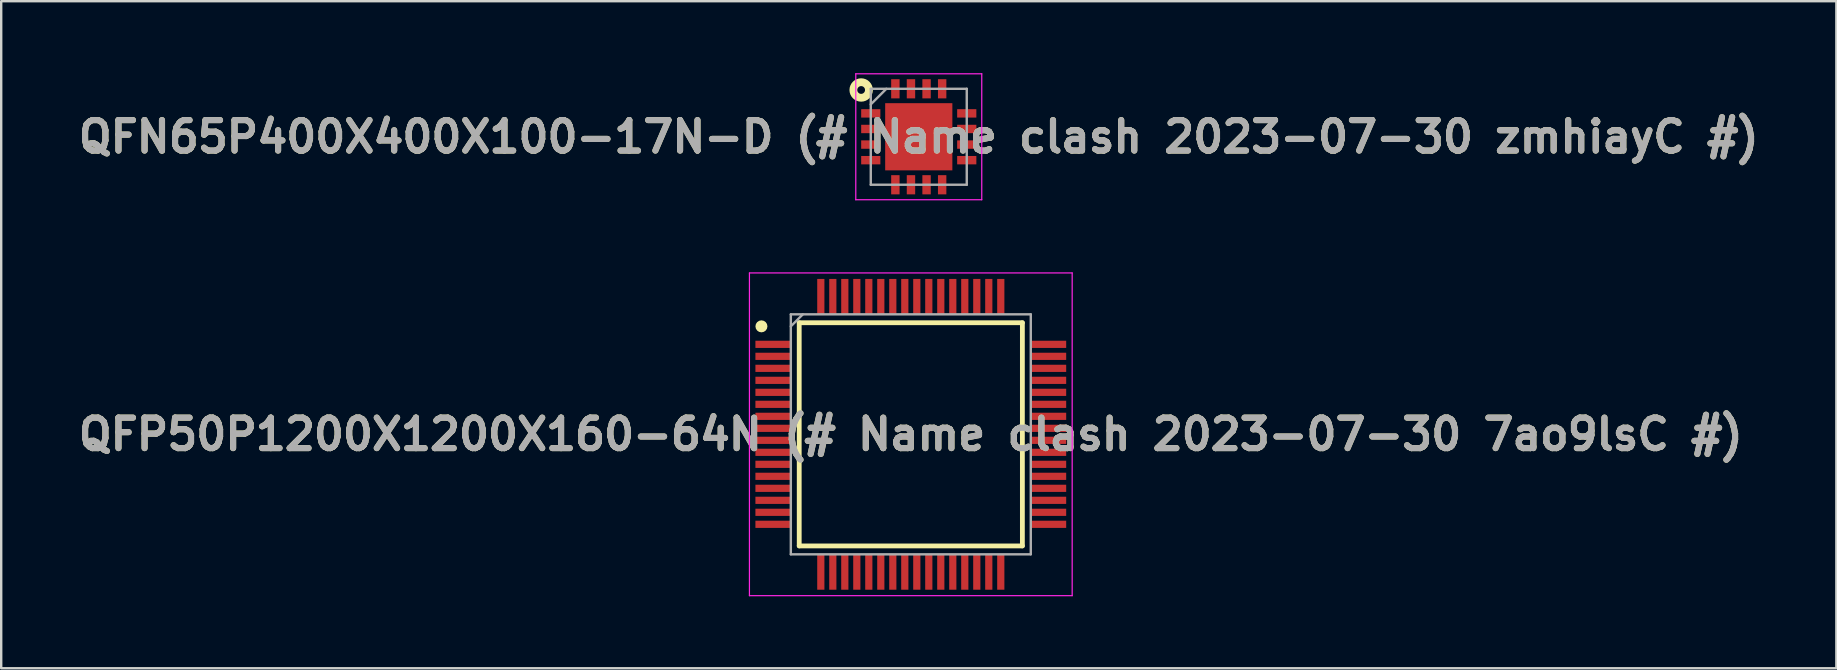
<source format=kicad_pcb>
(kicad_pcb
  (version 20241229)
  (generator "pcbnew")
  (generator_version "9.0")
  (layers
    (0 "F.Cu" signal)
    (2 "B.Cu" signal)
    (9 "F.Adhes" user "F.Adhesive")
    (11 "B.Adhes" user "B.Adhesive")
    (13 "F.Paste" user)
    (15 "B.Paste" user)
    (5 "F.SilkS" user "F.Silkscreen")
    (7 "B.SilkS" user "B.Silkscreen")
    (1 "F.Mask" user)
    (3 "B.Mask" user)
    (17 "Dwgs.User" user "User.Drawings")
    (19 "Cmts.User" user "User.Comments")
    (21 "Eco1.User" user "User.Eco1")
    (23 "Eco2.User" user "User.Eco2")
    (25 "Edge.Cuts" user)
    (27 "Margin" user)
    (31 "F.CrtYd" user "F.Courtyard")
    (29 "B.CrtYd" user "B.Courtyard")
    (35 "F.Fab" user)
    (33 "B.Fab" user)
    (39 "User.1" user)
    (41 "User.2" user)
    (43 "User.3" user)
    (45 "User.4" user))
  (footprint "QFN65P400X400X100-17N-D (# Name clash 2023-07-30 zmhiayC #)"
    (layer "F.Cu")
    (at 35.239 2.65)
    (property "Reference" "QFN65P400X400X100-17N-D (# Name clash 2023-07-30 zmhiayC #)" (at 0 0 0) (layer "F.SilkS") (effects (font (size 1.27 1.27) (thickness 0.254))))
    (attr smd)
    (fp_circle (center -2.401 -1.95) (end -2.401 -1.788) (stroke (width 0.325) (type solid)) (fill no) (layer "F.SilkS"))
    (fp_line (start -2.625 -2.625) (end 2.625 -2.625) (stroke (width 0.05) (type solid)) (layer "F.CrtYd"))
    (fp_line (start -2.625 2.625) (end -2.625 -2.625) (stroke (width 0.05) (type solid)) (layer "F.CrtYd"))
    (fp_line (start 2.625 -2.625) (end 2.625 2.625) (stroke (width 0.05) (type solid)) (layer "F.CrtYd"))
    (fp_line (start 2.625 2.625) (end -2.625 2.625) (stroke (width 0.05) (type solid)) (layer "F.CrtYd"))
    (fp_line (start -2 -2) (end 2 -2) (stroke (width 0.1) (type solid)) (layer "F.Fab"))
    (fp_line (start -2 -1.35) (end -1.35 -2) (stroke (width 0.1) (type solid)) (layer "F.Fab"))
    (fp_line (start -2 2) (end -2 -2) (stroke (width 0.1) (type solid)) (layer "F.Fab"))
    (fp_line (start 2 -2) (end 2 2) (stroke (width 0.1) (type solid)) (layer "F.Fab"))
    (fp_line (start 2 2) (end -2 2) (stroke (width 0.1) (type solid)) (layer "F.Fab"))
    (fp_text user "${REFERENCE}" (at 0 0 0) (layer "F.Fab") (effects (font (size 1.27 1.27) (thickness 0.254))))
    (pad "1" smd rect (at -2 -0.975 90) (size 0.35 0.8) (layers "F.Cu" "F.Mask" "F.Paste"))
    (pad "2" smd rect (at -2 -0.325 90) (size 0.35 0.8) (layers "F.Cu" "F.Mask" "F.Paste"))
    (pad "3" smd rect (at -2 0.325 90) (size 0.35 0.8) (layers "F.Cu" "F.Mask" "F.Paste"))
    (pad "4" smd rect (at -2 0.975 90) (size 0.35 0.8) (layers "F.Cu" "F.Mask" "F.Paste"))
    (pad "5" smd rect (at -0.975 2) (size 0.35 0.8) (layers "F.Cu" "F.Mask" "F.Paste"))
    (pad "6" smd rect (at -0.325 2) (size 0.35 0.8) (layers "F.Cu" "F.Mask" "F.Paste"))
    (pad "7" smd rect (at 0.325 2) (size 0.35 0.8) (layers "F.Cu" "F.Mask" "F.Paste"))
    (pad "8" smd rect (at 0.975 2) (size 0.35 0.8) (layers "F.Cu" "F.Mask" "F.Paste"))
    (pad "9" smd rect (at 2 0.975 90) (size 0.35 0.8) (layers "F.Cu" "F.Mask" "F.Paste"))
    (pad "10" smd rect (at 2 0.325 90) (size 0.35 0.8) (layers "F.Cu" "F.Mask" "F.Paste"))
    (pad "11" smd rect (at 2 -0.325 90) (size 0.35 0.8) (layers "F.Cu" "F.Mask" "F.Paste"))
    (pad "12" smd rect (at 2 -0.975 90) (size 0.35 0.8) (layers "F.Cu" "F.Mask" "F.Paste"))
    (pad "13" smd rect (at 0.975 -2) (size 0.35 0.8) (layers "F.Cu" "F.Mask" "F.Paste"))
    (pad "14" smd rect (at 0.325 -2) (size 0.35 0.8) (layers "F.Cu" "F.Mask" "F.Paste"))
    (pad "15" smd rect (at -0.325 -2) (size 0.35 0.8) (layers "F.Cu" "F.Mask" "F.Paste"))
    (pad "16" smd rect (at -0.975 -2) (size 0.35 0.8) (layers "F.Cu" "F.Mask" "F.Paste"))
    (pad "17" smd rect (at 0 0) (size 2.8 2.8) (layers "F.Cu" "F.Mask" "F.Paste")))
  (footprint "QFP50P1200X1200X160-64N (# Name clash 2023-07-30 7ao9lsC #)"
    (layer "F.Cu")
    (at 34.907 15.05)
    (property "Reference" "QFP50P1200X1200X160-64N (# Name clash 2023-07-30 7ao9lsC #)" (at 0 0 0) (layer "F.SilkS") (effects (font (size 1.27 1.27) (thickness 0.254))))
    (attr smd)
    (fp_line (start -4.65 -4.65) (end 4.65 -4.65) (stroke (width 0.2) (type solid)) (layer "F.SilkS"))
    (fp_line (start -4.65 4.65) (end -4.65 -4.65) (stroke (width 0.2) (type solid)) (layer "F.SilkS"))
    (fp_line (start 4.65 -4.65) (end 4.65 4.65) (stroke (width 0.2) (type solid)) (layer "F.SilkS"))
    (fp_line (start 4.65 4.65) (end -4.65 4.65) (stroke (width 0.2) (type solid)) (layer "F.SilkS"))
    (fp_circle (center -6.225 -4.5) (end -6.225 -4.375) (stroke (width 0.25) (type solid)) (fill no) (layer "F.SilkS"))
    (fp_line (start -6.725 -6.725) (end 6.725 -6.725) (stroke (width 0.05) (type solid)) (layer "F.CrtYd"))
    (fp_line (start -6.725 6.725) (end -6.725 -6.725) (stroke (width 0.05) (type solid)) (layer "F.CrtYd"))
    (fp_line (start 6.725 -6.725) (end 6.725 6.725) (stroke (width 0.05) (type solid)) (layer "F.CrtYd"))
    (fp_line (start 6.725 6.725) (end -6.725 6.725) (stroke (width 0.05) (type solid)) (layer "F.CrtYd"))
    (fp_line (start -5 -5) (end 5 -5) (stroke (width 0.1) (type solid)) (layer "F.Fab"))
    (fp_line (start -5 -4.5) (end -4.5 -5) (stroke (width 0.1) (type solid)) (layer "F.Fab"))
    (fp_line (start -5 5) (end -5 -5) (stroke (width 0.1) (type solid)) (layer "F.Fab"))
    (fp_line (start 5 -5) (end 5 5) (stroke (width 0.1) (type solid)) (layer "F.Fab"))
    (fp_line (start 5 5) (end -5 5) (stroke (width 0.1) (type solid)) (layer "F.Fab"))
    (fp_text user "${REFERENCE}" (at 0 0 0) (layer "F.Fab") (effects (font (size 1.27 1.27) (thickness 0.254))))
    (pad "1" smd rect (at -5.738 -3.75 90) (size 0.3 1.475) (layers "F.Cu" "F.Mask" "F.Paste"))
    (pad "2" smd rect (at -5.738 -3.25 90) (size 0.3 1.475) (layers "F.Cu" "F.Mask" "F.Paste"))
    (pad "3" smd rect (at -5.738 -2.75 90) (size 0.3 1.475) (layers "F.Cu" "F.Mask" "F.Paste"))
    (pad "4" smd rect (at -5.738 -2.25 90) (size 0.3 1.475) (layers "F.Cu" "F.Mask" "F.Paste"))
    (pad "5" smd rect (at -5.738 -1.75 90) (size 0.3 1.475) (layers "F.Cu" "F.Mask" "F.Paste"))
    (pad "6" smd rect (at -5.738 -1.25 90) (size 0.3 1.475) (layers "F.Cu" "F.Mask" "F.Paste"))
    (pad "7" smd rect (at -5.738 -0.75 90) (size 0.3 1.475) (layers "F.Cu" "F.Mask" "F.Paste"))
    (pad "8" smd rect (at -5.738 -0.25 90) (size 0.3 1.475) (layers "F.Cu" "F.Mask" "F.Paste"))
    (pad "9" smd rect (at -5.738 0.25 90) (size 0.3 1.475) (layers "F.Cu" "F.Mask" "F.Paste"))
    (pad "10" smd rect (at -5.738 0.75 90) (size 0.3 1.475) (layers "F.Cu" "F.Mask" "F.Paste"))
    (pad "11" smd rect (at -5.738 1.25 90) (size 0.3 1.475) (layers "F.Cu" "F.Mask" "F.Paste"))
    (pad "12" smd rect (at -5.738 1.75 90) (size 0.3 1.475) (layers "F.Cu" "F.Mask" "F.Paste"))
    (pad "13" smd rect (at -5.738 2.25 90) (size 0.3 1.475) (layers "F.Cu" "F.Mask" "F.Paste"))
    (pad "14" smd rect (at -5.738 2.75 90) (size 0.3 1.475) (layers "F.Cu" "F.Mask" "F.Paste"))
    (pad "15" smd rect (at -5.738 3.25 90) (size 0.3 1.475) (layers "F.Cu" "F.Mask" "F.Paste"))
    (pad "16" smd rect (at -5.738 3.75 90) (size 0.3 1.475) (layers "F.Cu" "F.Mask" "F.Paste"))
    (pad "17" smd rect (at -3.75 5.738) (size 0.3 1.475) (layers "F.Cu" "F.Mask" "F.Paste"))
    (pad "18" smd rect (at -3.25 5.738) (size 0.3 1.475) (layers "F.Cu" "F.Mask" "F.Paste"))
    (pad "19" smd rect (at -2.75 5.738) (size 0.3 1.475) (layers "F.Cu" "F.Mask" "F.Paste"))
    (pad "20" smd rect (at -2.25 5.738) (size 0.3 1.475) (layers "F.Cu" "F.Mask" "F.Paste"))
    (pad "21" smd rect (at -1.75 5.738) (size 0.3 1.475) (layers "F.Cu" "F.Mask" "F.Paste"))
    (pad "22" smd rect (at -1.25 5.738) (size 0.3 1.475) (layers "F.Cu" "F.Mask" "F.Paste"))
    (pad "23" smd rect (at -0.75 5.738) (size 0.3 1.475) (layers "F.Cu" "F.Mask" "F.Paste"))
    (pad "24" smd rect (at -0.25 5.738) (size 0.3 1.475) (layers "F.Cu" "F.Mask" "F.Paste"))
    (pad "25" smd rect (at 0.25 5.738) (size 0.3 1.475) (layers "F.Cu" "F.Mask" "F.Paste"))
    (pad "26" smd rect (at 0.75 5.738) (size 0.3 1.475) (layers "F.Cu" "F.Mask" "F.Paste"))
    (pad "27" smd rect (at 1.25 5.738) (size 0.3 1.475) (layers "F.Cu" "F.Mask" "F.Paste"))
    (pad "28" smd rect (at 1.75 5.738) (size 0.3 1.475) (layers "F.Cu" "F.Mask" "F.Paste"))
    (pad "29" smd rect (at 2.25 5.738) (size 0.3 1.475) (layers "F.Cu" "F.Mask" "F.Paste"))
    (pad "30" smd rect (at 2.75 5.738) (size 0.3 1.475) (layers "F.Cu" "F.Mask" "F.Paste"))
    (pad "31" smd rect (at 3.25 5.738) (size 0.3 1.475) (layers "F.Cu" "F.Mask" "F.Paste"))
    (pad "32" smd rect (at 3.75 5.738) (size 0.3 1.475) (layers "F.Cu" "F.Mask" "F.Paste"))
    (pad "33" smd rect (at 5.738 3.75 90) (size 0.3 1.475) (layers "F.Cu" "F.Mask" "F.Paste"))
    (pad "34" smd rect (at 5.738 3.25 90) (size 0.3 1.475) (layers "F.Cu" "F.Mask" "F.Paste"))
    (pad "35" smd rect (at 5.738 2.75 90) (size 0.3 1.475) (layers "F.Cu" "F.Mask" "F.Paste"))
    (pad "36" smd rect (at 5.738 2.25 90) (size 0.3 1.475) (layers "F.Cu" "F.Mask" "F.Paste"))
    (pad "37" smd rect (at 5.738 1.75 90) (size 0.3 1.475) (layers "F.Cu" "F.Mask" "F.Paste"))
    (pad "38" smd rect (at 5.738 1.25 90) (size 0.3 1.475) (layers "F.Cu" "F.Mask" "F.Paste"))
    (pad "39" smd rect (at 5.738 0.75 90) (size 0.3 1.475) (layers "F.Cu" "F.Mask" "F.Paste"))
    (pad "40" smd rect (at 5.738 0.25 90) (size 0.3 1.475) (layers "F.Cu" "F.Mask" "F.Paste"))
    (pad "41" smd rect (at 5.738 -0.25 90) (size 0.3 1.475) (layers "F.Cu" "F.Mask" "F.Paste"))
    (pad "42" smd rect (at 5.738 -0.75 90) (size 0.3 1.475) (layers "F.Cu" "F.Mask" "F.Paste"))
    (pad "43" smd rect (at 5.738 -1.25 90) (size 0.3 1.475) (layers "F.Cu" "F.Mask" "F.Paste"))
    (pad "44" smd rect (at 5.738 -1.75 90) (size 0.3 1.475) (layers "F.Cu" "F.Mask" "F.Paste"))
    (pad "45" smd rect (at 5.738 -2.25 90) (size 0.3 1.475) (layers "F.Cu" "F.Mask" "F.Paste"))
    (pad "46" smd rect (at 5.738 -2.75 90) (size 0.3 1.475) (layers "F.Cu" "F.Mask" "F.Paste"))
    (pad "47" smd rect (at 5.738 -3.25 90) (size 0.3 1.475) (layers "F.Cu" "F.Mask" "F.Paste"))
    (pad "48" smd rect (at 5.738 -3.75 90) (size 0.3 1.475) (layers "F.Cu" "F.Mask" "F.Paste"))
    (pad "49" smd rect (at 3.75 -5.738) (size 0.3 1.475) (layers "F.Cu" "F.Mask" "F.Paste"))
    (pad "50" smd rect (at 3.25 -5.738) (size 0.3 1.475) (layers "F.Cu" "F.Mask" "F.Paste"))
    (pad "51" smd rect (at 2.75 -5.738) (size 0.3 1.475) (layers "F.Cu" "F.Mask" "F.Paste"))
    (pad "52" smd rect (at 2.25 -5.738) (size 0.3 1.475) (layers "F.Cu" "F.Mask" "F.Paste"))
    (pad "53" smd rect (at 1.75 -5.738) (size 0.3 1.475) (layers "F.Cu" "F.Mask" "F.Paste"))
    (pad "54" smd rect (at 1.25 -5.738) (size 0.3 1.475) (layers "F.Cu" "F.Mask" "F.Paste"))
    (pad "55" smd rect (at 0.75 -5.738) (size 0.3 1.475) (layers "F.Cu" "F.Mask" "F.Paste"))
    (pad "56" smd rect (at 0.25 -5.738) (size 0.3 1.475) (layers "F.Cu" "F.Mask" "F.Paste"))
    (pad "57" smd rect (at -0.25 -5.738) (size 0.3 1.475) (layers "F.Cu" "F.Mask" "F.Paste"))
    (pad "58" smd rect (at -0.75 -5.738) (size 0.3 1.475) (layers "F.Cu" "F.Mask" "F.Paste"))
    (pad "59" smd rect (at -1.25 -5.738) (size 0.3 1.475) (layers "F.Cu" "F.Mask" "F.Paste"))
    (pad "60" smd rect (at -1.75 -5.738) (size 0.3 1.475) (layers "F.Cu" "F.Mask" "F.Paste"))
    (pad "61" smd rect (at -2.25 -5.738) (size 0.3 1.475) (layers "F.Cu" "F.Mask" "F.Paste"))
    (pad "62" smd rect (at -2.75 -5.738) (size 0.3 1.475) (layers "F.Cu" "F.Mask" "F.Paste"))
    (pad "63" smd rect (at -3.25 -5.738) (size 0.3 1.475) (layers "F.Cu" "F.Mask" "F.Paste"))
    (pad "64" smd rect (at -3.75 -5.738) (size 0.3 1.475) (layers "F.Cu" "F.Mask" "F.Paste")))
  (gr_rect
    (start -3 -3)
    (end 73.479 24.8)
    (stroke (width 0.1) (type default))
    (fill no)
    (layer "Edge.Cuts")))
</source>
